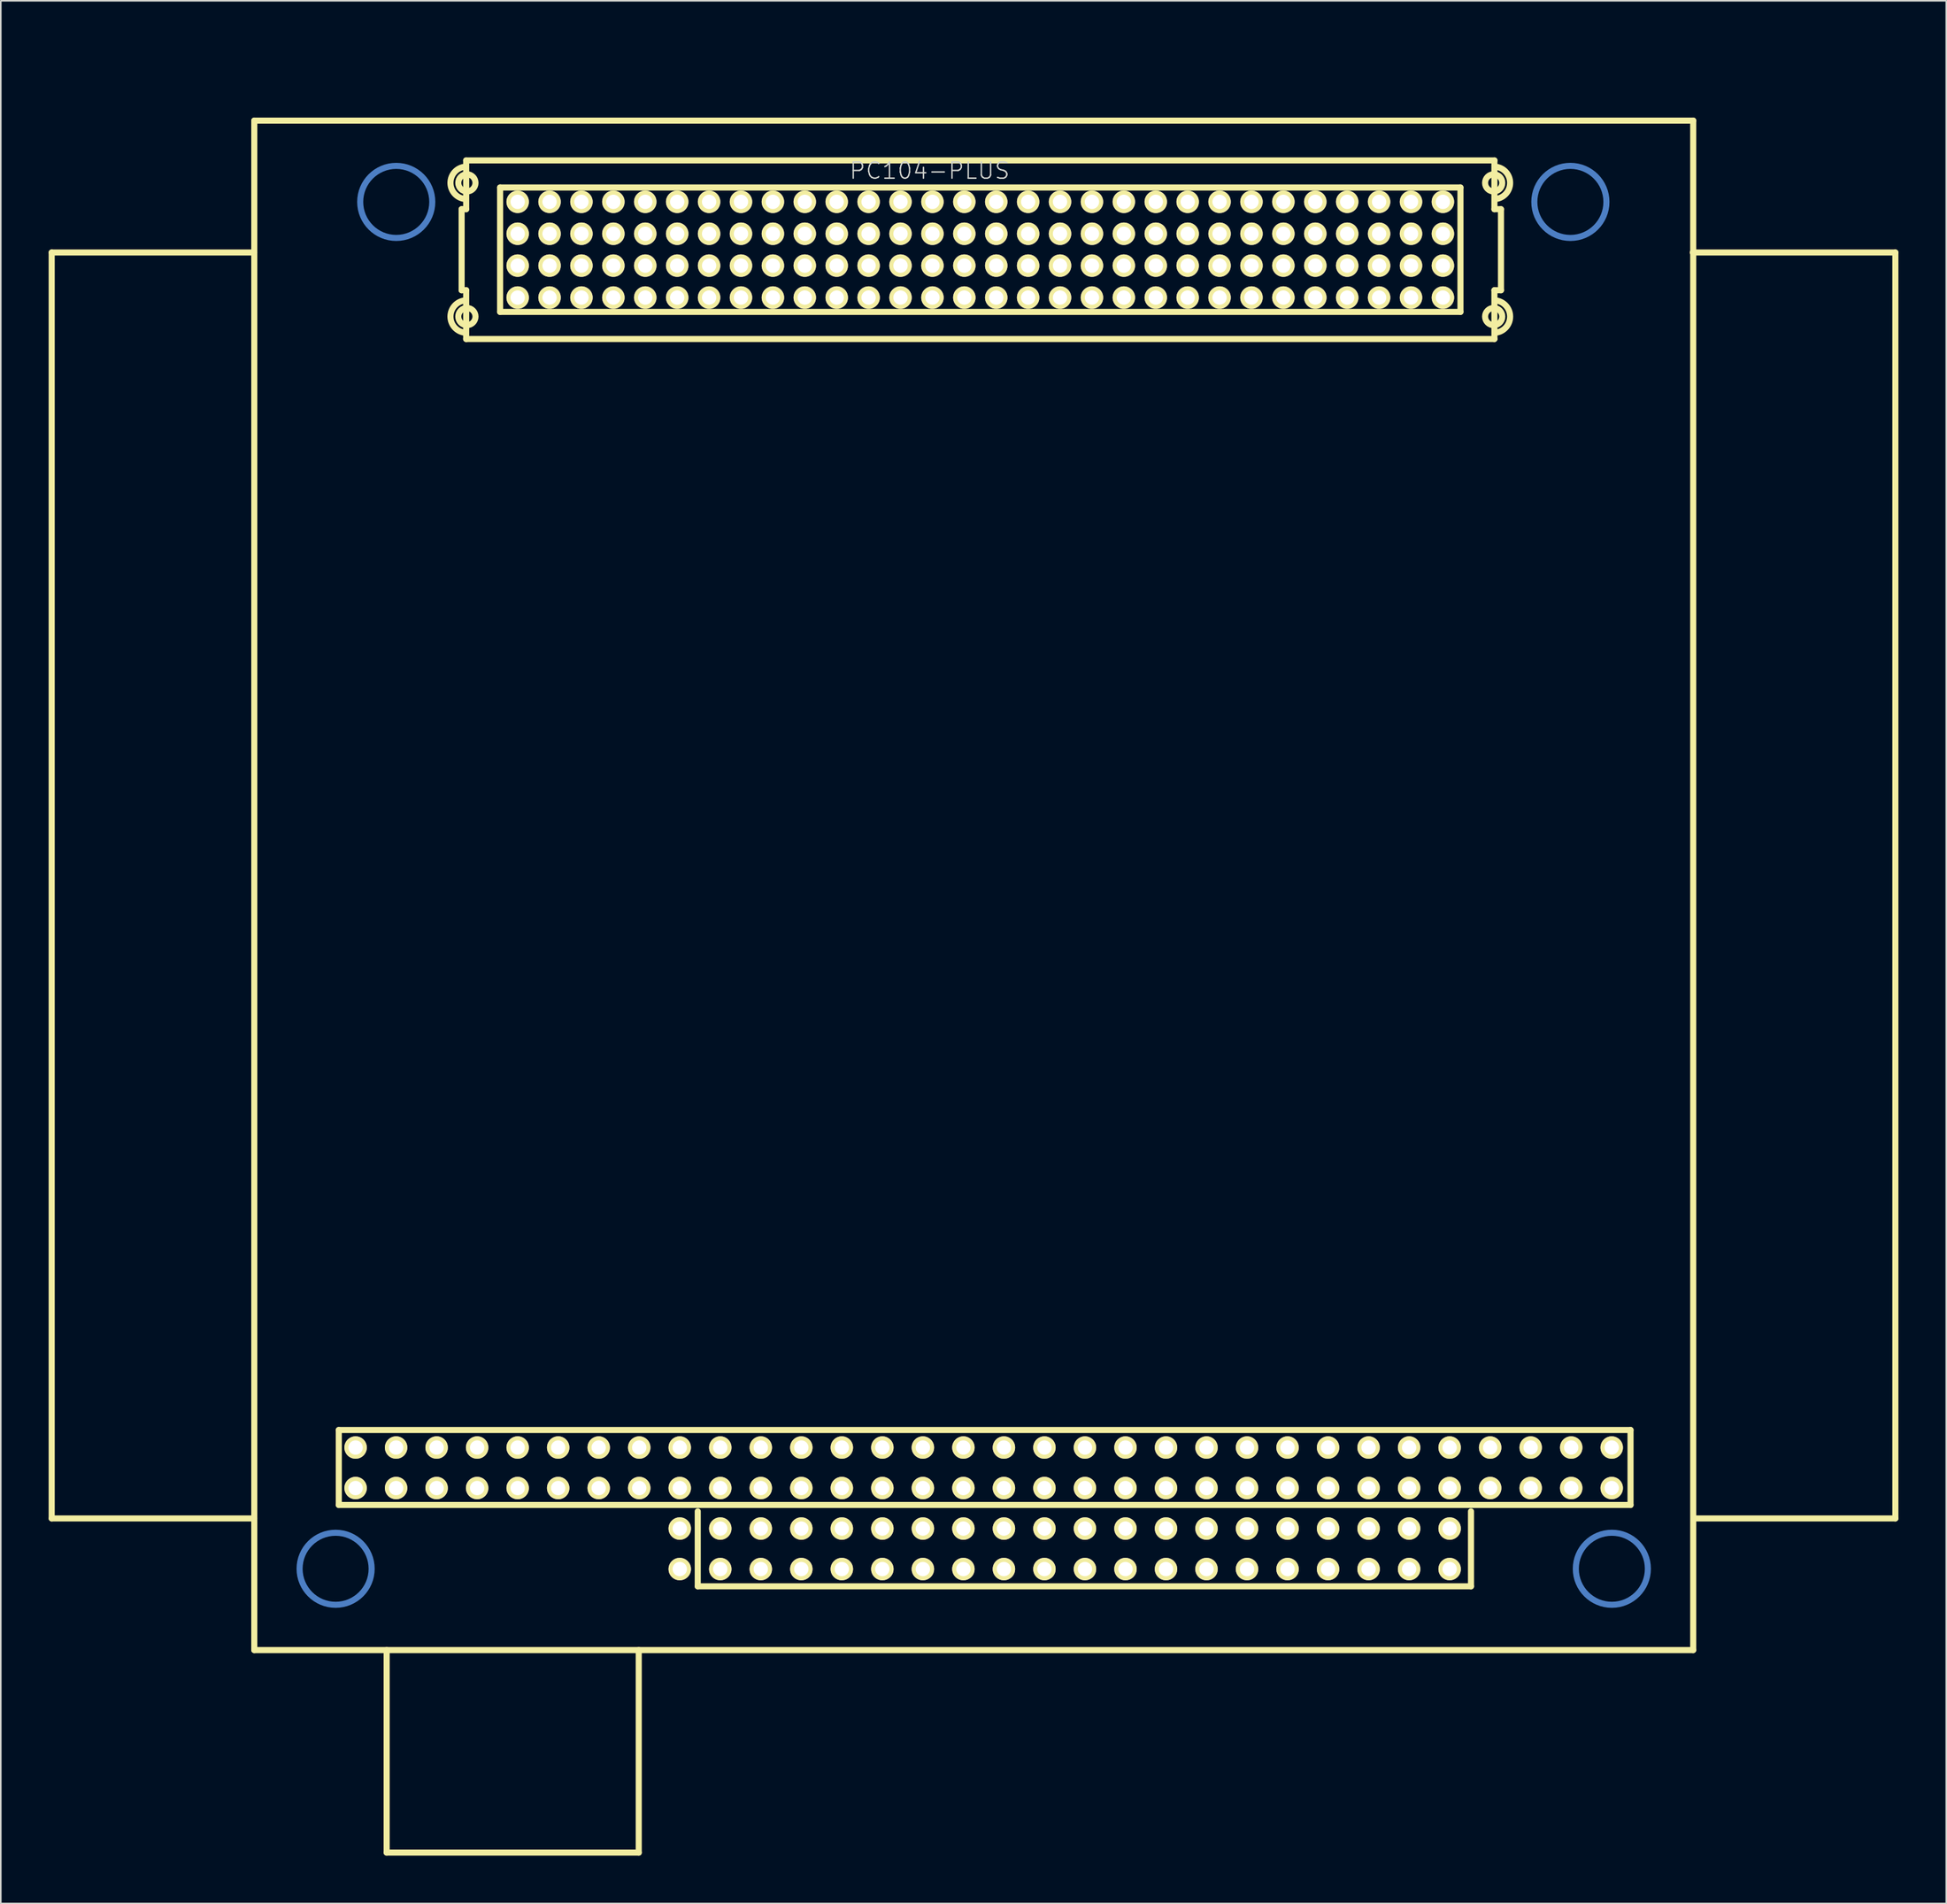
<source format=kicad_pcb>
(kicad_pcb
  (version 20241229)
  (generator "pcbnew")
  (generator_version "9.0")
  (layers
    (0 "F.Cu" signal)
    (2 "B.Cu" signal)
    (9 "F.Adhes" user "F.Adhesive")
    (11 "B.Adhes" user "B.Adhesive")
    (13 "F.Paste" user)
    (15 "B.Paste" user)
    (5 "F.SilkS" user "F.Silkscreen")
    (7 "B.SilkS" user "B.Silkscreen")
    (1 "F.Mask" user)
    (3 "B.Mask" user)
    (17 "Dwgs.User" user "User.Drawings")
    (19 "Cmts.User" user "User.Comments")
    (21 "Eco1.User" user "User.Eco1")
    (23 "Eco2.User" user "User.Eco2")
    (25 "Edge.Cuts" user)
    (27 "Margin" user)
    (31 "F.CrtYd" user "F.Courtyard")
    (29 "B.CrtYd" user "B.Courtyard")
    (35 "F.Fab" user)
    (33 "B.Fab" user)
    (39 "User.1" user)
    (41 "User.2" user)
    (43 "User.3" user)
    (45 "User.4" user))
  (footprint "PC104-PLUS"
    (layer "F.Cu")
    (at 12.89 100.41)
    (property "Reference" "PC104-PLUS" (at 42.334 -92.756 0) (layer "Edge.Cuts") (effects (font (size 1.016 1.016) (thickness 0.089))))
    (attr exclude_from_pos_files exclude_from_bom)
    (fp_circle (center 5.098 -5.098) (end 6.695 -6.695) (stroke (width 0.381) (type solid)) (fill no) (layer "B.Cu"))
    (fp_circle (center 8.898 -90.8) (end 10.495 -92.398) (stroke (width 0.381) (type solid)) (fill no) (layer "B.Cu"))
    (fp_circle (center 82.499 -90.8) (end 84.097 -92.398) (stroke (width 0.381) (type solid)) (fill no) (layer "B.Cu"))
    (fp_circle (center 85.098 -5.098) (end 86.695 -6.695) (stroke (width 0.381) (type solid)) (fill no) (layer "B.Cu"))
    (fp_line (start -12.7 -87.63) (end -12.7 -8.255) (stroke (width 0.381) (type solid)) (layer "F.SilkS"))
    (fp_line (start -12.7 -8.255) (end 0 -8.255) (stroke (width 0.381) (type solid)) (layer "F.SilkS"))
    (fp_line (start 0 -95.898) (end 0 0) (stroke (width 0.381) (type solid)) (layer "F.SilkS"))
    (fp_line (start 0 -87.63) (end -12.7 -87.63) (stroke (width 0.381) (type solid)) (layer "F.SilkS"))
    (fp_line (start 0 0) (end 90.198 0) (stroke (width 0.381) (type solid)) (layer "F.SilkS"))
    (fp_line (start 5.298 -13.8) (end 86.269 -13.8) (stroke (width 0.381) (type solid)) (layer "F.SilkS"))
    (fp_line (start 5.298 -9.098) (end 5.298 -13.8) (stroke (width 0.381) (type solid)) (layer "F.SilkS"))
    (fp_line (start 8.298 0) (end 8.298 12.7) (stroke (width 0.381) (type solid)) (layer "F.SilkS"))
    (fp_line (start 8.298 12.7) (end 24.1 12.7) (stroke (width 0.381) (type solid)) (layer "F.SilkS"))
    (fp_line (start 12.997 -90.343) (end 13.282 -90.343) (stroke (width 0.381) (type solid)) (layer "F.SilkS"))
    (fp_line (start 12.997 -85.263) (end 12.997 -90.343) (stroke (width 0.381) (type solid)) (layer "F.SilkS"))
    (fp_line (start 13.282 -93.403) (end 77.737 -93.403) (stroke (width 0.381) (type solid)) (layer "F.SilkS"))
    (fp_line (start 13.282 -90.343) (end 13.282 -93.403) (stroke (width 0.381) (type solid)) (layer "F.SilkS"))
    (fp_line (start 13.282 -85.263) (end 12.997 -85.263) (stroke (width 0.381) (type solid)) (layer "F.SilkS"))
    (fp_line (start 13.282 -82.205) (end 13.282 -85.263) (stroke (width 0.381) (type solid)) (layer "F.SilkS"))
    (fp_line (start 15.408 -91.704) (end 75.608 -91.704) (stroke (width 0.381) (type solid)) (layer "F.SilkS"))
    (fp_line (start 15.408 -83.904) (end 15.408 -91.704) (stroke (width 0.381) (type solid)) (layer "F.SilkS"))
    (fp_line (start 24.1 12.7) (end 24.1 0) (stroke (width 0.381) (type solid)) (layer "F.SilkS"))
    (fp_line (start 27.798 -3.998) (end 27.798 -8.7) (stroke (width 0.381) (type solid)) (layer "F.SilkS"))
    (fp_line (start 75.608 -91.704) (end 75.608 -83.904) (stroke (width 0.381) (type solid)) (layer "F.SilkS"))
    (fp_line (start 75.608 -83.904) (end 15.408 -83.904) (stroke (width 0.381) (type solid)) (layer "F.SilkS"))
    (fp_line (start 76.269 -8.7) (end 76.269 -3.998) (stroke (width 0.381) (type solid)) (layer "F.SilkS"))
    (fp_line (start 76.269 -3.998) (end 27.798 -3.998) (stroke (width 0.381) (type solid)) (layer "F.SilkS"))
    (fp_line (start 77.737 -93.403) (end 77.737 -90.343) (stroke (width 0.381) (type solid)) (layer "F.SilkS"))
    (fp_line (start 77.737 -90.343) (end 78.148 -90.343) (stroke (width 0.381) (type solid)) (layer "F.SilkS"))
    (fp_line (start 77.737 -85.263) (end 77.737 -82.205) (stroke (width 0.381) (type solid)) (layer "F.SilkS"))
    (fp_line (start 77.737 -82.205) (end 13.282 -82.205) (stroke (width 0.381) (type solid)) (layer "F.SilkS"))
    (fp_line (start 78.148 -90.343) (end 78.148 -85.263) (stroke (width 0.381) (type solid)) (layer "F.SilkS"))
    (fp_line (start 78.148 -85.263) (end 77.737 -85.263) (stroke (width 0.381) (type solid)) (layer "F.SilkS"))
    (fp_line (start 86.269 -13.8) (end 86.269 -9.098) (stroke (width 0.381) (type solid)) (layer "F.SilkS"))
    (fp_line (start 86.269 -9.098) (end 5.298 -9.098) (stroke (width 0.381) (type solid)) (layer "F.SilkS"))
    (fp_line (start 90.198 -95.898) (end 0 -95.898) (stroke (width 0.381) (type solid)) (layer "F.SilkS"))
    (fp_line (start 90.198 0) (end 90.198 -95.898) (stroke (width 0.381) (type solid)) (layer "F.SilkS"))
    (fp_line (start 90.221 -8.255) (end 102.87 -8.255) (stroke (width 0.381) (type solid)) (layer "F.SilkS"))
    (fp_line (start 102.87 -87.63) (end 90.17 -87.63) (stroke (width 0.381) (type solid)) (layer "F.SilkS"))
    (fp_line (start 102.87 -8.255) (end 102.87 -87.63) (stroke (width 0.381) (type solid)) (layer "F.SilkS"))
    (fp_arc (start 13.25118 -90.97772) (mid 12.296698 -91.9933) (end 13.250341 -93.009667) (stroke (width 0.381) (type solid)) (layer "F.SilkS"))
    (fp_arc (start 13.25118 -82.59572) (mid 12.296698 -83.6113) (end 13.250341 -84.627667) (stroke (width 0.381) (type solid)) (layer "F.SilkS"))
    (fp_arc (start 77.76718 -93.00972) (mid 78.721662 -91.99414) (end 77.768019 -90.977773) (stroke (width 0.381) (type solid)) (layer "F.SilkS"))
    (fp_arc (start 77.76718 -84.62772) (mid 78.721662 -83.61214) (end 77.768019 -82.595773) (stroke (width 0.381) (type solid)) (layer "F.SilkS"))
    (fp_circle (center 13.327 -91.994) (end 13.708 -92.375) (stroke (width 0.381) (type solid)) (fill no) (layer "F.SilkS"))
    (fp_circle (center 13.327 -83.612) (end 13.708 -83.993) (stroke (width 0.381) (type solid)) (fill no) (layer "F.SilkS"))
    (fp_circle (center 77.691 -91.994) (end 78.072 -92.375) (stroke (width 0.381) (type solid)) (fill no) (layer "F.SilkS"))
    (fp_circle (center 77.691 -83.612) (end 78.072 -83.993) (stroke (width 0.381) (type solid)) (fill no) (layer "F.SilkS"))
    (fp_text user "PC/104-Plus PCI " (at 45.89 -83.231 0) (layer "Edge.Cuts") (effects (font (size 1.016 1.016) (thickness 0.089))))
    (fp_text user "PC/104-Plus 16-B" (at 49.088 -98.768 0) (layer "Edge.Cuts") (effects (font (size 2.54 2.54) (thickness 0.089))))
    (fp_text user "J2" (at 29.845 -2.54 0) (layer "Edge.Cuts") (effects (font (size 1.27 1.27) (thickness 0.089))))
    (fp_text user "J3" (at 17.145 -80.645 0) (layer "Edge.Cuts") (effects (font (size 1.27 1.27) (thickness 0.089))))
    (fp_text user "J1" (at 6.985 -15.24 0) (layer "Edge.Cuts") (effects (font (size 1.27 1.27) (thickness 0.089))))
    (pad "A1" thru_hole circle (at 6.35 -10.16) (size 1.407 1.407) (drill 0.899) (layers "*.Cu" "F.Mask" "F.SilkS" "F.Paste"))
    (pad "A2" thru_hole circle (at 8.89 -10.16) (size 1.407 1.407) (drill 0.899) (layers "*.Cu" "F.Mask" "F.SilkS" "F.Paste"))
    (pad "A3" thru_hole circle (at 11.43 -10.16) (size 1.407 1.407) (drill 0.899) (layers "*.Cu" "F.Mask" "F.SilkS" "F.Paste"))
    (pad "A4" thru_hole circle (at 13.97 -10.16) (size 1.407 1.407) (drill 0.899) (layers "*.Cu" "F.Mask" "F.SilkS" "F.Paste"))
    (pad "A5" thru_hole circle (at 16.51 -10.16) (size 1.407 1.407) (drill 0.899) (layers "*.Cu" "F.Mask" "F.SilkS" "F.Paste"))
    (pad "A6" thru_hole circle (at 19.05 -10.16) (size 1.407 1.407) (drill 0.899) (layers "*.Cu" "F.Mask" "F.SilkS" "F.Paste"))
    (pad "A7" thru_hole circle (at 21.59 -10.16) (size 1.407 1.407) (drill 0.899) (layers "*.Cu" "F.Mask" "F.SilkS" "F.Paste"))
    (pad "A8" thru_hole circle (at 24.13 -10.16) (size 1.407 1.407) (drill 0.899) (layers "*.Cu" "F.Mask" "F.SilkS" "F.Paste"))
    (pad "A9" thru_hole circle (at 26.67 -10.16) (size 1.407 1.407) (drill 0.899) (layers "*.Cu" "F.Mask" "F.SilkS" "F.Paste"))
    (pad "A10" thru_hole circle (at 29.21 -10.16) (size 1.407 1.407) (drill 0.899) (layers "*.Cu" "F.Mask" "F.SilkS" "F.Paste"))
    (pad "A11" thru_hole circle (at 31.75 -10.16) (size 1.407 1.407) (drill 0.899) (layers "*.Cu" "F.Mask" "F.SilkS" "F.Paste"))
    (pad "A12" thru_hole circle (at 34.29 -10.16) (size 1.407 1.407) (drill 0.899) (layers "*.Cu" "F.Mask" "F.SilkS" "F.Paste"))
    (pad "A13" thru_hole circle (at 36.83 -10.16) (size 1.407 1.407) (drill 0.899) (layers "*.Cu" "F.Mask" "F.SilkS" "F.Paste"))
    (pad "A14" thru_hole circle (at 39.37 -10.16) (size 1.407 1.407) (drill 0.899) (layers "*.Cu" "F.Mask" "F.SilkS" "F.Paste"))
    (pad "A15" thru_hole circle (at 41.91 -10.16) (size 1.407 1.407) (drill 0.899) (layers "*.Cu" "F.Mask" "F.SilkS" "F.Paste"))
    (pad "A16" thru_hole circle (at 44.45 -10.16) (size 1.407 1.407) (drill 0.899) (layers "*.Cu" "F.Mask" "F.SilkS" "F.Paste"))
    (pad "A17" thru_hole circle (at 46.99 -10.16) (size 1.407 1.407) (drill 0.899) (layers "*.Cu" "F.Mask" "F.SilkS" "F.Paste"))
    (pad "A18" thru_hole circle (at 49.53 -10.16) (size 1.407 1.407) (drill 0.899) (layers "*.Cu" "F.Mask" "F.SilkS" "F.Paste"))
    (pad "A19" thru_hole circle (at 52.07 -10.16) (size 1.407 1.407) (drill 0.899) (layers "*.Cu" "F.Mask" "F.SilkS" "F.Paste"))
    (pad "A20" thru_hole circle (at 54.61 -10.16) (size 1.407 1.407) (drill 0.899) (layers "*.Cu" "F.Mask" "F.SilkS" "F.Paste"))
    (pad "A21" thru_hole circle (at 57.15 -10.16) (size 1.407 1.407) (drill 0.899) (layers "*.Cu" "F.Mask" "F.SilkS" "F.Paste"))
    (pad "A22" thru_hole circle (at 59.69 -10.16) (size 1.407 1.407) (drill 0.899) (layers "*.Cu" "F.Mask" "F.SilkS" "F.Paste"))
    (pad "A23" thru_hole circle (at 62.23 -10.16) (size 1.407 1.407) (drill 0.899) (layers "*.Cu" "F.Mask" "F.SilkS" "F.Paste"))
    (pad "A24" thru_hole circle (at 64.77 -10.16) (size 1.407 1.407) (drill 0.899) (layers "*.Cu" "F.Mask" "F.SilkS" "F.Paste"))
    (pad "A25" thru_hole circle (at 67.31 -10.16) (size 1.407 1.407) (drill 0.899) (layers "*.Cu" "F.Mask" "F.SilkS" "F.Paste"))
    (pad "A26" thru_hole circle (at 69.85 -10.16) (size 1.407 1.407) (drill 0.899) (layers "*.Cu" "F.Mask" "F.SilkS" "F.Paste"))
    (pad "A27" thru_hole circle (at 72.39 -10.16) (size 1.407 1.407) (drill 0.899) (layers "*.Cu" "F.Mask" "F.SilkS" "F.Paste"))
    (pad "A28" thru_hole circle (at 74.93 -10.16) (size 1.407 1.407) (drill 0.899) (layers "*.Cu" "F.Mask" "F.SilkS" "F.Paste"))
    (pad "A29" thru_hole circle (at 77.47 -10.16) (size 1.407 1.407) (drill 0.899) (layers "*.Cu" "F.Mask" "F.SilkS" "F.Paste"))
    (pad "A30" thru_hole circle (at 80.01 -10.16) (size 1.407 1.407) (drill 0.899) (layers "*.Cu" "F.Mask" "F.SilkS" "F.Paste"))
    (pad "A31" thru_hole circle (at 82.55 -10.16) (size 1.407 1.407) (drill 0.899) (layers "*.Cu" "F.Mask" "F.SilkS" "F.Paste"))
    (pad "A32" thru_hole circle (at 85.09 -10.16) (size 1.407 1.407) (drill 0.899) (layers "*.Cu" "F.Mask" "F.SilkS" "F.Paste"))
    (pad "B1" thru_hole circle (at 6.35 -12.7) (size 1.407 1.407) (drill 0.899) (layers "*.Cu" "F.Mask" "F.SilkS" "F.Paste"))
    (pad "B2" thru_hole circle (at 8.89 -12.7) (size 1.407 1.407) (drill 0.899) (layers "*.Cu" "F.Mask" "F.SilkS" "F.Paste"))
    (pad "B3" thru_hole circle (at 11.43 -12.7) (size 1.407 1.407) (drill 0.899) (layers "*.Cu" "F.Mask" "F.SilkS" "F.Paste"))
    (pad "B4" thru_hole circle (at 13.97 -12.7) (size 1.407 1.407) (drill 0.899) (layers "*.Cu" "F.Mask" "F.SilkS" "F.Paste"))
    (pad "B5" thru_hole circle (at 16.51 -12.7) (size 1.407 1.407) (drill 0.899) (layers "*.Cu" "F.Mask" "F.SilkS" "F.Paste"))
    (pad "B6" thru_hole circle (at 19.05 -12.7) (size 1.407 1.407) (drill 0.899) (layers "*.Cu" "F.Mask" "F.SilkS" "F.Paste"))
    (pad "B7" thru_hole circle (at 21.59 -12.7) (size 1.407 1.407) (drill 0.899) (layers "*.Cu" "F.Mask" "F.SilkS" "F.Paste"))
    (pad "B8" thru_hole circle (at 24.13 -12.7) (size 1.407 1.407) (drill 0.899) (layers "*.Cu" "F.Mask" "F.SilkS" "F.Paste"))
    (pad "B9" thru_hole circle (at 26.67 -12.7) (size 1.407 1.407) (drill 0.899) (layers "*.Cu" "F.Mask" "F.SilkS" "F.Paste"))
    (pad "B10" thru_hole circle (at 29.21 -12.7) (size 1.407 1.407) (drill 0.899) (layers "*.Cu" "F.Mask" "F.SilkS" "F.Paste"))
    (pad "B11" thru_hole circle (at 31.75 -12.7) (size 1.407 1.407) (drill 0.899) (layers "*.Cu" "F.Mask" "F.SilkS" "F.Paste"))
    (pad "B12" thru_hole circle (at 34.29 -12.7) (size 1.407 1.407) (drill 0.899) (layers "*.Cu" "F.Mask" "F.SilkS" "F.Paste"))
    (pad "B13" thru_hole circle (at 36.83 -12.7) (size 1.407 1.407) (drill 0.899) (layers "*.Cu" "F.Mask" "F.SilkS" "F.Paste"))
    (pad "B14" thru_hole circle (at 39.37 -12.7) (size 1.407 1.407) (drill 0.899) (layers "*.Cu" "F.Mask" "F.SilkS" "F.Paste"))
    (pad "B15" thru_hole circle (at 41.91 -12.7) (size 1.407 1.407) (drill 0.899) (layers "*.Cu" "F.Mask" "F.SilkS" "F.Paste"))
    (pad "B16" thru_hole circle (at 44.45 -12.7) (size 1.407 1.407) (drill 0.899) (layers "*.Cu" "F.Mask" "F.SilkS" "F.Paste"))
    (pad "B17" thru_hole circle (at 46.99 -12.7) (size 1.407 1.407) (drill 0.899) (layers "*.Cu" "F.Mask" "F.SilkS" "F.Paste"))
    (pad "B18" thru_hole circle (at 49.53 -12.7) (size 1.407 1.407) (drill 0.899) (layers "*.Cu" "F.Mask" "F.SilkS" "F.Paste"))
    (pad "B19" thru_hole circle (at 52.07 -12.7) (size 1.407 1.407) (drill 0.899) (layers "*.Cu" "F.Mask" "F.SilkS" "F.Paste"))
    (pad "B20" thru_hole circle (at 54.61 -12.7) (size 1.407 1.407) (drill 0.899) (layers "*.Cu" "F.Mask" "F.SilkS" "F.Paste"))
    (pad "B21" thru_hole circle (at 57.15 -12.7) (size 1.407 1.407) (drill 0.899) (layers "*.Cu" "F.Mask" "F.SilkS" "F.Paste"))
    (pad "B22" thru_hole circle (at 59.69 -12.7) (size 1.407 1.407) (drill 0.899) (layers "*.Cu" "F.Mask" "F.SilkS" "F.Paste"))
    (pad "B23" thru_hole circle (at 62.23 -12.7) (size 1.407 1.407) (drill 0.899) (layers "*.Cu" "F.Mask" "F.SilkS" "F.Paste"))
    (pad "B24" thru_hole circle (at 64.77 -12.7) (size 1.407 1.407) (drill 0.899) (layers "*.Cu" "F.Mask" "F.SilkS" "F.Paste"))
    (pad "B25" thru_hole circle (at 67.31 -12.7) (size 1.407 1.407) (drill 0.899) (layers "*.Cu" "F.Mask" "F.SilkS" "F.Paste"))
    (pad "B26" thru_hole circle (at 69.85 -12.7) (size 1.407 1.407) (drill 0.899) (layers "*.Cu" "F.Mask" "F.SilkS" "F.Paste"))
    (pad "B27" thru_hole circle (at 72.39 -12.7) (size 1.407 1.407) (drill 0.899) (layers "*.Cu" "F.Mask" "F.SilkS" "F.Paste"))
    (pad "B28" thru_hole circle (at 74.93 -12.7) (size 1.407 1.407) (drill 0.899) (layers "*.Cu" "F.Mask" "F.SilkS" "F.Paste"))
    (pad "B29" thru_hole circle (at 77.47 -12.7) (size 1.407 1.407) (drill 0.899) (layers "*.Cu" "F.Mask" "F.SilkS" "F.Paste"))
    (pad "B30" thru_hole circle (at 80.01 -12.7) (size 1.407 1.407) (drill 0.899) (layers "*.Cu" "F.Mask" "F.SilkS" "F.Paste"))
    (pad "B31" thru_hole circle (at 82.55 -12.7) (size 1.407 1.407) (drill 0.899) (layers "*.Cu" "F.Mask" "F.SilkS" "F.Paste"))
    (pad "B32" thru_hole circle (at 85.09 -12.7) (size 1.407 1.407) (drill 0.899) (layers "*.Cu" "F.Mask" "F.SilkS" "F.Paste"))
    (pad "C0" thru_hole circle (at 26.67 -7.62) (size 1.407 1.407) (drill 0.899) (layers "*.Cu" "F.Mask" "F.SilkS" "F.Paste"))
    (pad "C1" thru_hole circle (at 29.21 -7.62) (size 1.407 1.407) (drill 0.899) (layers "*.Cu" "F.Mask" "F.SilkS" "F.Paste"))
    (pad "C2" thru_hole circle (at 31.75 -7.62) (size 1.407 1.407) (drill 0.899) (layers "*.Cu" "F.Mask" "F.SilkS" "F.Paste"))
    (pad "C3" thru_hole circle (at 34.29 -7.62) (size 1.407 1.407) (drill 0.899) (layers "*.Cu" "F.Mask" "F.SilkS" "F.Paste"))
    (pad "C4" thru_hole circle (at 36.83 -7.62) (size 1.407 1.407) (drill 0.899) (layers "*.Cu" "F.Mask" "F.SilkS" "F.Paste"))
    (pad "C5" thru_hole circle (at 39.37 -7.62) (size 1.407 1.407) (drill 0.899) (layers "*.Cu" "F.Mask" "F.SilkS" "F.Paste"))
    (pad "C6" thru_hole circle (at 41.91 -7.62) (size 1.407 1.407) (drill 0.899) (layers "*.Cu" "F.Mask" "F.SilkS" "F.Paste"))
    (pad "C7" thru_hole circle (at 44.45 -7.62) (size 1.407 1.407) (drill 0.899) (layers "*.Cu" "F.Mask" "F.SilkS" "F.Paste"))
    (pad "C8" thru_hole circle (at 46.99 -7.62) (size 1.407 1.407) (drill 0.899) (layers "*.Cu" "F.Mask" "F.SilkS" "F.Paste"))
    (pad "C9" thru_hole circle (at 49.53 -7.62) (size 1.407 1.407) (drill 0.899) (layers "*.Cu" "F.Mask" "F.SilkS" "F.Paste"))
    (pad "C10" thru_hole circle (at 52.07 -7.62) (size 1.407 1.407) (drill 0.899) (layers "*.Cu" "F.Mask" "F.SilkS" "F.Paste"))
    (pad "C11" thru_hole circle (at 54.61 -7.62) (size 1.407 1.407) (drill 0.899) (layers "*.Cu" "F.Mask" "F.SilkS" "F.Paste"))
    (pad "C12" thru_hole circle (at 57.15 -7.62) (size 1.407 1.407) (drill 0.899) (layers "*.Cu" "F.Mask" "F.SilkS" "F.Paste"))
    (pad "C13" thru_hole circle (at 59.69 -7.62) (size 1.407 1.407) (drill 0.899) (layers "*.Cu" "F.Mask" "F.SilkS" "F.Paste"))
    (pad "C14" thru_hole circle (at 62.23 -7.62) (size 1.407 1.407) (drill 0.899) (layers "*.Cu" "F.Mask" "F.SilkS" "F.Paste"))
    (pad "C15" thru_hole circle (at 64.77 -7.62) (size 1.407 1.407) (drill 0.899) (layers "*.Cu" "F.Mask" "F.SilkS" "F.Paste"))
    (pad "C16" thru_hole circle (at 67.31 -7.62) (size 1.407 1.407) (drill 0.899) (layers "*.Cu" "F.Mask" "F.SilkS" "F.Paste"))
    (pad "C17" thru_hole circle (at 69.85 -7.62) (size 1.407 1.407) (drill 0.899) (layers "*.Cu" "F.Mask" "F.SilkS" "F.Paste"))
    (pad "C18" thru_hole circle (at 72.39 -7.62) (size 1.407 1.407) (drill 0.899) (layers "*.Cu" "F.Mask" "F.SilkS" "F.Paste"))
    (pad "C19" thru_hole circle (at 74.93 -7.62) (size 1.407 1.407) (drill 0.899) (layers "*.Cu" "F.Mask" "F.SilkS" "F.Paste"))
    (pad "D0" thru_hole circle (at 26.67 -5.08) (size 1.407 1.407) (drill 0.899) (layers "*.Cu" "F.Mask" "F.SilkS" "F.Paste"))
    (pad "D1" thru_hole circle (at 29.21 -5.08) (size 1.407 1.407) (drill 0.899) (layers "*.Cu" "F.Mask" "F.SilkS" "F.Paste"))
    (pad "D2" thru_hole circle (at 31.75 -5.08) (size 1.407 1.407) (drill 0.899) (layers "*.Cu" "F.Mask" "F.SilkS" "F.Paste"))
    (pad "D3" thru_hole circle (at 34.29 -5.08) (size 1.407 1.407) (drill 0.899) (layers "*.Cu" "F.Mask" "F.SilkS" "F.Paste"))
    (pad "D4" thru_hole circle (at 36.83 -5.08) (size 1.407 1.407) (drill 0.899) (layers "*.Cu" "F.Mask" "F.SilkS" "F.Paste"))
    (pad "D5" thru_hole circle (at 39.37 -5.08) (size 1.407 1.407) (drill 0.899) (layers "*.Cu" "F.Mask" "F.SilkS" "F.Paste"))
    (pad "D6" thru_hole circle (at 41.91 -5.08) (size 1.407 1.407) (drill 0.899) (layers "*.Cu" "F.Mask" "F.SilkS" "F.Paste"))
    (pad "D7" thru_hole circle (at 44.45 -5.08) (size 1.407 1.407) (drill 0.899) (layers "*.Cu" "F.Mask" "F.SilkS" "F.Paste"))
    (pad "D8" thru_hole circle (at 46.99 -5.08) (size 1.407 1.407) (drill 0.899) (layers "*.Cu" "F.Mask" "F.SilkS" "F.Paste"))
    (pad "D9" thru_hole circle (at 49.53 -5.08) (size 1.407 1.407) (drill 0.899) (layers "*.Cu" "F.Mask" "F.SilkS" "F.Paste"))
    (pad "D10" thru_hole circle (at 52.07 -5.08) (size 1.407 1.407) (drill 0.899) (layers "*.Cu" "F.Mask" "F.SilkS" "F.Paste"))
    (pad "D11" thru_hole circle (at 54.61 -5.08) (size 1.407 1.407) (drill 0.899) (layers "*.Cu" "F.Mask" "F.SilkS" "F.Paste"))
    (pad "D12" thru_hole circle (at 57.15 -5.08) (size 1.407 1.407) (drill 0.899) (layers "*.Cu" "F.Mask" "F.SilkS" "F.Paste"))
    (pad "D13" thru_hole circle (at 59.69 -5.08) (size 1.407 1.407) (drill 0.899) (layers "*.Cu" "F.Mask" "F.SilkS" "F.Paste"))
    (pad "D14" thru_hole circle (at 62.23 -5.08) (size 1.407 1.407) (drill 0.899) (layers "*.Cu" "F.Mask" "F.SilkS" "F.Paste"))
    (pad "D15" thru_hole circle (at 64.77 -5.08) (size 1.407 1.407) (drill 0.899) (layers "*.Cu" "F.Mask" "F.SilkS" "F.Paste"))
    (pad "D16" thru_hole circle (at 67.31 -5.08) (size 1.407 1.407) (drill 0.899) (layers "*.Cu" "F.Mask" "F.SilkS" "F.Paste"))
    (pad "D17" thru_hole circle (at 69.85 -5.08) (size 1.407 1.407) (drill 0.899) (layers "*.Cu" "F.Mask" "F.SilkS" "F.Paste"))
    (pad "D18" thru_hole circle (at 72.39 -5.08) (size 1.407 1.407) (drill 0.899) (layers "*.Cu" "F.Mask" "F.SilkS" "F.Paste"))
    (pad "D19" thru_hole circle (at 74.93 -5.08) (size 1.407 1.407) (drill 0.899) (layers "*.Cu" "F.Mask" "F.SilkS" "F.Paste"))
    (pad "J3-A" thru_hole circle (at 16.51 -84.803) (size 1.407 1.407) (drill 0.899) (layers "*.Cu" "F.Mask" "F.SilkS" "F.Paste"))
    (pad "J3-A" thru_hole circle (at 18.509 -84.803) (size 1.407 1.407) (drill 0.899) (layers "*.Cu" "F.Mask" "F.SilkS" "F.Paste"))
    (pad "J3-A" thru_hole circle (at 20.508 -84.803) (size 1.407 1.407) (drill 0.899) (layers "*.Cu" "F.Mask" "F.SilkS" "F.Paste"))
    (pad "J3-A" thru_hole circle (at 22.509 -84.803) (size 1.407 1.407) (drill 0.899) (layers "*.Cu" "F.Mask" "F.SilkS" "F.Paste"))
    (pad "J3-A" thru_hole circle (at 24.508 -84.803) (size 1.407 1.407) (drill 0.899) (layers "*.Cu" "F.Mask" "F.SilkS" "F.Paste"))
    (pad "J3-A" thru_hole circle (at 26.51 -84.803) (size 1.407 1.407) (drill 0.899) (layers "*.Cu" "F.Mask" "F.SilkS" "F.Paste"))
    (pad "J3-A" thru_hole circle (at 28.509 -84.803) (size 1.407 1.407) (drill 0.899) (layers "*.Cu" "F.Mask" "F.SilkS" "F.Paste"))
    (pad "J3-A" thru_hole circle (at 30.508 -84.803) (size 1.407 1.407) (drill 0.899) (layers "*.Cu" "F.Mask" "F.SilkS" "F.Paste"))
    (pad "J3-A" thru_hole circle (at 32.509 -84.803) (size 1.407 1.407) (drill 0.899) (layers "*.Cu" "F.Mask" "F.SilkS" "F.Paste"))
    (pad "J3-A" thru_hole circle (at 34.508 -84.803) (size 1.407 1.407) (drill 0.899) (layers "*.Cu" "F.Mask" "F.SilkS" "F.Paste"))
    (pad "J3-A" thru_hole circle (at 36.51 -84.803) (size 1.407 1.407) (drill 0.899) (layers "*.Cu" "F.Mask" "F.SilkS" "F.Paste"))
    (pad "J3-A" thru_hole circle (at 38.509 -84.803) (size 1.407 1.407) (drill 0.899) (layers "*.Cu" "F.Mask" "F.SilkS" "F.Paste"))
    (pad "J3-A" thru_hole circle (at 40.508 -84.803) (size 1.407 1.407) (drill 0.899) (layers "*.Cu" "F.Mask" "F.SilkS" "F.Paste"))
    (pad "J3-A" thru_hole circle (at 42.509 -84.803) (size 1.407 1.407) (drill 0.899) (layers "*.Cu" "F.Mask" "F.SilkS" "F.Paste"))
    (pad "J3-A" thru_hole circle (at 44.508 -84.803) (size 1.407 1.407) (drill 0.899) (layers "*.Cu" "F.Mask" "F.SilkS" "F.Paste"))
    (pad "J3-A" thru_hole circle (at 46.51 -84.803) (size 1.407 1.407) (drill 0.899) (layers "*.Cu" "F.Mask" "F.SilkS" "F.Paste"))
    (pad "J3-A" thru_hole circle (at 48.509 -84.803) (size 1.407 1.407) (drill 0.899) (layers "*.Cu" "F.Mask" "F.SilkS" "F.Paste"))
    (pad "J3-A" thru_hole circle (at 50.508 -84.803) (size 1.407 1.407) (drill 0.899) (layers "*.Cu" "F.Mask" "F.SilkS" "F.Paste"))
    (pad "J3-A" thru_hole circle (at 52.509 -84.803) (size 1.407 1.407) (drill 0.899) (layers "*.Cu" "F.Mask" "F.SilkS" "F.Paste"))
    (pad "J3-A" thru_hole circle (at 54.508 -84.803) (size 1.407 1.407) (drill 0.899) (layers "*.Cu" "F.Mask" "F.SilkS" "F.Paste"))
    (pad "J3-A" thru_hole circle (at 56.51 -84.803) (size 1.407 1.407) (drill 0.899) (layers "*.Cu" "F.Mask" "F.SilkS" "F.Paste"))
    (pad "J3-A" thru_hole circle (at 58.509 -84.803) (size 1.407 1.407) (drill 0.899) (layers "*.Cu" "F.Mask" "F.SilkS" "F.Paste"))
    (pad "J3-A" thru_hole circle (at 60.508 -84.803) (size 1.407 1.407) (drill 0.899) (layers "*.Cu" "F.Mask" "F.SilkS" "F.Paste"))
    (pad "J3-A" thru_hole circle (at 62.509 -84.803) (size 1.407 1.407) (drill 0.899) (layers "*.Cu" "F.Mask" "F.SilkS" "F.Paste"))
    (pad "J3-A" thru_hole circle (at 64.508 -84.803) (size 1.407 1.407) (drill 0.899) (layers "*.Cu" "F.Mask" "F.SilkS" "F.Paste"))
    (pad "J3-A" thru_hole circle (at 66.51 -84.803) (size 1.407 1.407) (drill 0.899) (layers "*.Cu" "F.Mask" "F.SilkS" "F.Paste"))
    (pad "J3-A" thru_hole circle (at 68.509 -84.803) (size 1.407 1.407) (drill 0.899) (layers "*.Cu" "F.Mask" "F.SilkS" "F.Paste"))
    (pad "J3-A" thru_hole circle (at 70.508 -84.803) (size 1.407 1.407) (drill 0.899) (layers "*.Cu" "F.Mask" "F.SilkS" "F.Paste"))
    (pad "J3-A" thru_hole circle (at 72.509 -84.803) (size 1.407 1.407) (drill 0.899) (layers "*.Cu" "F.Mask" "F.SilkS" "F.Paste"))
    (pad "J3-A" thru_hole circle (at 74.508 -84.803) (size 1.407 1.407) (drill 0.899) (layers "*.Cu" "F.Mask" "F.SilkS" "F.Paste"))
    (pad "J3-B" thru_hole circle (at 16.51 -86.805) (size 1.407 1.407) (drill 0.899) (layers "*.Cu" "F.Mask" "F.SilkS" "F.Paste"))
    (pad "J3-B" thru_hole circle (at 18.509 -86.805) (size 1.407 1.407) (drill 0.899) (layers "*.Cu" "F.Mask" "F.SilkS" "F.Paste"))
    (pad "J3-B" thru_hole circle (at 20.508 -86.805) (size 1.407 1.407) (drill 0.899) (layers "*.Cu" "F.Mask" "F.SilkS" "F.Paste"))
    (pad "J3-B" thru_hole circle (at 22.509 -86.805) (size 1.407 1.407) (drill 0.899) (layers "*.Cu" "F.Mask" "F.SilkS" "F.Paste"))
    (pad "J3-B" thru_hole circle (at 24.508 -86.805) (size 1.407 1.407) (drill 0.899) (layers "*.Cu" "F.Mask" "F.SilkS" "F.Paste"))
    (pad "J3-B" thru_hole circle (at 26.51 -86.805) (size 1.407 1.407) (drill 0.899) (layers "*.Cu" "F.Mask" "F.SilkS" "F.Paste"))
    (pad "J3-B" thru_hole circle (at 28.509 -86.805) (size 1.407 1.407) (drill 0.899) (layers "*.Cu" "F.Mask" "F.SilkS" "F.Paste"))
    (pad "J3-B" thru_hole circle (at 30.508 -86.805) (size 1.407 1.407) (drill 0.899) (layers "*.Cu" "F.Mask" "F.SilkS" "F.Paste"))
    (pad "J3-B" thru_hole circle (at 32.509 -86.805) (size 1.407 1.407) (drill 0.899) (layers "*.Cu" "F.Mask" "F.SilkS" "F.Paste"))
    (pad "J3-B" thru_hole circle (at 34.508 -86.805) (size 1.407 1.407) (drill 0.899) (layers "*.Cu" "F.Mask" "F.SilkS" "F.Paste"))
    (pad "J3-B" thru_hole circle (at 36.51 -86.805) (size 1.407 1.407) (drill 0.899) (layers "*.Cu" "F.Mask" "F.SilkS" "F.Paste"))
    (pad "J3-B" thru_hole circle (at 38.509 -86.805) (size 1.407 1.407) (drill 0.899) (layers "*.Cu" "F.Mask" "F.SilkS" "F.Paste"))
    (pad "J3-B" thru_hole circle (at 40.508 -86.805) (size 1.407 1.407) (drill 0.899) (layers "*.Cu" "F.Mask" "F.SilkS" "F.Paste"))
    (pad "J3-B" thru_hole circle (at 42.509 -86.805) (size 1.407 1.407) (drill 0.899) (layers "*.Cu" "F.Mask" "F.SilkS" "F.Paste"))
    (pad "J3-B" thru_hole circle (at 44.508 -86.805) (size 1.407 1.407) (drill 0.899) (layers "*.Cu" "F.Mask" "F.SilkS" "F.Paste"))
    (pad "J3-B" thru_hole circle (at 46.51 -86.805) (size 1.407 1.407) (drill 0.899) (layers "*.Cu" "F.Mask" "F.SilkS" "F.Paste"))
    (pad "J3-B" thru_hole circle (at 48.509 -86.805) (size 1.407 1.407) (drill 0.899) (layers "*.Cu" "F.Mask" "F.SilkS" "F.Paste"))
    (pad "J3-B" thru_hole circle (at 50.508 -86.805) (size 1.407 1.407) (drill 0.899) (layers "*.Cu" "F.Mask" "F.SilkS" "F.Paste"))
    (pad "J3-B" thru_hole circle (at 52.509 -86.805) (size 1.407 1.407) (drill 0.899) (layers "*.Cu" "F.Mask" "F.SilkS" "F.Paste"))
    (pad "J3-B" thru_hole circle (at 54.508 -86.805) (size 1.407 1.407) (drill 0.899) (layers "*.Cu" "F.Mask" "F.SilkS" "F.Paste"))
    (pad "J3-B" thru_hole circle (at 56.51 -86.805) (size 1.407 1.407) (drill 0.899) (layers "*.Cu" "F.Mask" "F.SilkS" "F.Paste"))
    (pad "J3-B" thru_hole circle (at 58.509 -86.805) (size 1.407 1.407) (drill 0.899) (layers "*.Cu" "F.Mask" "F.SilkS" "F.Paste"))
    (pad "J3-B" thru_hole circle (at 60.508 -86.805) (size 1.407 1.407) (drill 0.899) (layers "*.Cu" "F.Mask" "F.SilkS" "F.Paste"))
    (pad "J3-B" thru_hole circle (at 62.509 -86.805) (size 1.407 1.407) (drill 0.899) (layers "*.Cu" "F.Mask" "F.SilkS" "F.Paste"))
    (pad "J3-B" thru_hole circle (at 64.508 -86.805) (size 1.407 1.407) (drill 0.899) (layers "*.Cu" "F.Mask" "F.SilkS" "F.Paste"))
    (pad "J3-B" thru_hole circle (at 66.51 -86.805) (size 1.407 1.407) (drill 0.899) (layers "*.Cu" "F.Mask" "F.SilkS" "F.Paste"))
    (pad "J3-B" thru_hole circle (at 68.509 -86.805) (size 1.407 1.407) (drill 0.899) (layers "*.Cu" "F.Mask" "F.SilkS" "F.Paste"))
    (pad "J3-B" thru_hole circle (at 70.508 -86.805) (size 1.407 1.407) (drill 0.899) (layers "*.Cu" "F.Mask" "F.SilkS" "F.Paste"))
    (pad "J3-B" thru_hole circle (at 72.509 -86.805) (size 1.407 1.407) (drill 0.899) (layers "*.Cu" "F.Mask" "F.SilkS" "F.Paste"))
    (pad "J3-B" thru_hole circle (at 74.508 -86.805) (size 1.407 1.407) (drill 0.899) (layers "*.Cu" "F.Mask" "F.SilkS" "F.Paste"))
    (pad "J3-C" thru_hole circle (at 16.51 -88.803) (size 1.407 1.407) (drill 0.899) (layers "*.Cu" "F.Mask" "F.SilkS" "F.Paste"))
    (pad "J3-C" thru_hole circle (at 18.509 -88.803) (size 1.407 1.407) (drill 0.899) (layers "*.Cu" "F.Mask" "F.SilkS" "F.Paste"))
    (pad "J3-C" thru_hole circle (at 20.508 -88.803) (size 1.407 1.407) (drill 0.899) (layers "*.Cu" "F.Mask" "F.SilkS" "F.Paste"))
    (pad "J3-C" thru_hole circle (at 22.509 -88.803) (size 1.407 1.407) (drill 0.899) (layers "*.Cu" "F.Mask" "F.SilkS" "F.Paste"))
    (pad "J3-C" thru_hole circle (at 24.508 -88.803) (size 1.407 1.407) (drill 0.899) (layers "*.Cu" "F.Mask" "F.SilkS" "F.Paste"))
    (pad "J3-C" thru_hole circle (at 26.51 -88.803) (size 1.407 1.407) (drill 0.899) (layers "*.Cu" "F.Mask" "F.SilkS" "F.Paste"))
    (pad "J3-C" thru_hole circle (at 28.509 -88.803) (size 1.407 1.407) (drill 0.899) (layers "*.Cu" "F.Mask" "F.SilkS" "F.Paste"))
    (pad "J3-C" thru_hole circle (at 30.508 -88.803) (size 1.407 1.407) (drill 0.899) (layers "*.Cu" "F.Mask" "F.SilkS" "F.Paste"))
    (pad "J3-C" thru_hole circle (at 32.509 -88.803) (size 1.407 1.407) (drill 0.899) (layers "*.Cu" "F.Mask" "F.SilkS" "F.Paste"))
    (pad "J3-C" thru_hole circle (at 34.508 -88.803) (size 1.407 1.407) (drill 0.899) (layers "*.Cu" "F.Mask" "F.SilkS" "F.Paste"))
    (pad "J3-C" thru_hole circle (at 36.51 -88.803) (size 1.407 1.407) (drill 0.899) (layers "*.Cu" "F.Mask" "F.SilkS" "F.Paste"))
    (pad "J3-C" thru_hole circle (at 38.509 -88.803) (size 1.407 1.407) (drill 0.899) (layers "*.Cu" "F.Mask" "F.SilkS" "F.Paste"))
    (pad "J3-C" thru_hole circle (at 40.508 -88.803) (size 1.407 1.407) (drill 0.899) (layers "*.Cu" "F.Mask" "F.SilkS" "F.Paste"))
    (pad "J3-C" thru_hole circle (at 42.509 -88.803) (size 1.407 1.407) (drill 0.899) (layers "*.Cu" "F.Mask" "F.SilkS" "F.Paste"))
    (pad "J3-C" thru_hole circle (at 44.508 -88.803) (size 1.407 1.407) (drill 0.899) (layers "*.Cu" "F.Mask" "F.SilkS" "F.Paste"))
    (pad "J3-C" thru_hole circle (at 46.51 -88.803) (size 1.407 1.407) (drill 0.899) (layers "*.Cu" "F.Mask" "F.SilkS" "F.Paste"))
    (pad "J3-C" thru_hole circle (at 48.509 -88.803) (size 1.407 1.407) (drill 0.899) (layers "*.Cu" "F.Mask" "F.SilkS" "F.Paste"))
    (pad "J3-C" thru_hole circle (at 50.508 -88.803) (size 1.407 1.407) (drill 0.899) (layers "*.Cu" "F.Mask" "F.SilkS" "F.Paste"))
    (pad "J3-C" thru_hole circle (at 52.509 -88.803) (size 1.407 1.407) (drill 0.899) (layers "*.Cu" "F.Mask" "F.SilkS" "F.Paste"))
    (pad "J3-C" thru_hole circle (at 54.508 -88.803) (size 1.407 1.407) (drill 0.899) (layers "*.Cu" "F.Mask" "F.SilkS" "F.Paste"))
    (pad "J3-C" thru_hole circle (at 56.51 -88.803) (size 1.407 1.407) (drill 0.899) (layers "*.Cu" "F.Mask" "F.SilkS" "F.Paste"))
    (pad "J3-C" thru_hole circle (at 58.509 -88.803) (size 1.407 1.407) (drill 0.899) (layers "*.Cu" "F.Mask" "F.SilkS" "F.Paste"))
    (pad "J3-C" thru_hole circle (at 60.508 -88.803) (size 1.407 1.407) (drill 0.899) (layers "*.Cu" "F.Mask" "F.SilkS" "F.Paste"))
    (pad "J3-C" thru_hole circle (at 62.509 -88.803) (size 1.407 1.407) (drill 0.899) (layers "*.Cu" "F.Mask" "F.SilkS" "F.Paste"))
    (pad "J3-C" thru_hole circle (at 64.508 -88.803) (size 1.407 1.407) (drill 0.899) (layers "*.Cu" "F.Mask" "F.SilkS" "F.Paste"))
    (pad "J3-C" thru_hole circle (at 66.51 -88.803) (size 1.407 1.407) (drill 0.899) (layers "*.Cu" "F.Mask" "F.SilkS" "F.Paste"))
    (pad "J3-C" thru_hole circle (at 68.509 -88.803) (size 1.407 1.407) (drill 0.899) (layers "*.Cu" "F.Mask" "F.SilkS" "F.Paste"))
    (pad "J3-C" thru_hole circle (at 70.508 -88.803) (size 1.407 1.407) (drill 0.899) (layers "*.Cu" "F.Mask" "F.SilkS" "F.Paste"))
    (pad "J3-C" thru_hole circle (at 72.509 -88.803) (size 1.407 1.407) (drill 0.899) (layers "*.Cu" "F.Mask" "F.SilkS" "F.Paste"))
    (pad "J3-C" thru_hole circle (at 74.508 -88.803) (size 1.407 1.407) (drill 0.899) (layers "*.Cu" "F.Mask" "F.SilkS" "F.Paste"))
    (pad "J3-D" thru_hole circle (at 16.51 -90.805) (size 1.407 1.407) (drill 0.899) (layers "*.Cu" "F.Mask" "F.SilkS" "F.Paste"))
    (pad "J3-D" thru_hole circle (at 18.509 -90.805) (size 1.407 1.407) (drill 0.899) (layers "*.Cu" "F.Mask" "F.SilkS" "F.Paste"))
    (pad "J3-D" thru_hole circle (at 20.508 -90.805) (size 1.407 1.407) (drill 0.899) (layers "*.Cu" "F.Mask" "F.SilkS" "F.Paste"))
    (pad "J3-D" thru_hole circle (at 22.509 -90.805) (size 1.407 1.407) (drill 0.899) (layers "*.Cu" "F.Mask" "F.SilkS" "F.Paste"))
    (pad "J3-D" thru_hole circle (at 24.508 -90.805) (size 1.407 1.407) (drill 0.899) (layers "*.Cu" "F.Mask" "F.SilkS" "F.Paste"))
    (pad "J3-D" thru_hole circle (at 26.51 -90.805) (size 1.407 1.407) (drill 0.899) (layers "*.Cu" "F.Mask" "F.SilkS" "F.Paste"))
    (pad "J3-D" thru_hole circle (at 28.509 -90.805) (size 1.407 1.407) (drill 0.899) (layers "*.Cu" "F.Mask" "F.SilkS" "F.Paste"))
    (pad "J3-D" thru_hole circle (at 30.508 -90.805) (size 1.407 1.407) (drill 0.899) (layers "*.Cu" "F.Mask" "F.SilkS" "F.Paste"))
    (pad "J3-D" thru_hole circle (at 32.509 -90.805) (size 1.407 1.407) (drill 0.899) (layers "*.Cu" "F.Mask" "F.SilkS" "F.Paste"))
    (pad "J3-D" thru_hole circle (at 34.508 -90.805) (size 1.407 1.407) (drill 0.899) (layers "*.Cu" "F.Mask" "F.SilkS" "F.Paste"))
    (pad "J3-D" thru_hole circle (at 36.51 -90.805) (size 1.407 1.407) (drill 0.899) (layers "*.Cu" "F.Mask" "F.SilkS" "F.Paste"))
    (pad "J3-D" thru_hole circle (at 38.509 -90.805) (size 1.407 1.407) (drill 0.899) (layers "*.Cu" "F.Mask" "F.SilkS" "F.Paste"))
    (pad "J3-D" thru_hole circle (at 40.508 -90.805) (size 1.407 1.407) (drill 0.899) (layers "*.Cu" "F.Mask" "F.SilkS" "F.Paste"))
    (pad "J3-D" thru_hole circle (at 42.509 -90.805) (size 1.407 1.407) (drill 0.899) (layers "*.Cu" "F.Mask" "F.SilkS" "F.Paste"))
    (pad "J3-D" thru_hole circle (at 44.508 -90.805) (size 1.407 1.407) (drill 0.899) (layers "*.Cu" "F.Mask" "F.SilkS" "F.Paste"))
    (pad "J3-D" thru_hole circle (at 46.51 -90.805) (size 1.407 1.407) (drill 0.899) (layers "*.Cu" "F.Mask" "F.SilkS" "F.Paste"))
    (pad "J3-D" thru_hole circle (at 48.509 -90.805) (size 1.407 1.407) (drill 0.899) (layers "*.Cu" "F.Mask" "F.SilkS" "F.Paste"))
    (pad "J3-D" thru_hole circle (at 50.508 -90.805) (size 1.407 1.407) (drill 0.899) (layers "*.Cu" "F.Mask" "F.SilkS" "F.Paste"))
    (pad "J3-D" thru_hole circle (at 52.509 -90.805) (size 1.407 1.407) (drill 0.899) (layers "*.Cu" "F.Mask" "F.SilkS" "F.Paste"))
    (pad "J3-D" thru_hole circle (at 54.508 -90.805) (size 1.407 1.407) (drill 0.899) (layers "*.Cu" "F.Mask" "F.SilkS" "F.Paste"))
    (pad "J3-D" thru_hole circle (at 56.51 -90.805) (size 1.407 1.407) (drill 0.899) (layers "*.Cu" "F.Mask" "F.SilkS" "F.Paste"))
    (pad "J3-D" thru_hole circle (at 58.509 -90.805) (size 1.407 1.407) (drill 0.899) (layers "*.Cu" "F.Mask" "F.SilkS" "F.Paste"))
    (pad "J3-D" thru_hole circle (at 60.508 -90.805) (size 1.407 1.407) (drill 0.899) (layers "*.Cu" "F.Mask" "F.SilkS" "F.Paste"))
    (pad "J3-D" thru_hole circle (at 62.509 -90.805) (size 1.407 1.407) (drill 0.899) (layers "*.Cu" "F.Mask" "F.SilkS" "F.Paste"))
    (pad "J3-D" thru_hole circle (at 64.508 -90.805) (size 1.407 1.407) (drill 0.899) (layers "*.Cu" "F.Mask" "F.SilkS" "F.Paste"))
    (pad "J3-D" thru_hole circle (at 66.51 -90.805) (size 1.407 1.407) (drill 0.899) (layers "*.Cu" "F.Mask" "F.SilkS" "F.Paste"))
    (pad "J3-D" thru_hole circle (at 68.509 -90.805) (size 1.407 1.407) (drill 0.899) (layers "*.Cu" "F.Mask" "F.SilkS" "F.Paste"))
    (pad "J3-D" thru_hole circle (at 70.508 -90.805) (size 1.407 1.407) (drill 0.899) (layers "*.Cu" "F.Mask" "F.SilkS" "F.Paste"))
    (pad "J3-D" thru_hole circle (at 72.509 -90.805) (size 1.407 1.407) (drill 0.899) (layers "*.Cu" "F.Mask" "F.SilkS" "F.Paste"))
    (pad "J3-D" thru_hole circle (at 74.508 -90.805) (size 1.407 1.407) (drill 0.899) (layers "*.Cu" "F.Mask" "F.SilkS" "F.Paste")))
  (gr_rect
    (start -3 -3)
    (end 118.951 116.3)
    (stroke (width 0.1) (type default))
    (fill no)
    (layer "Edge.Cuts")))
</source>
